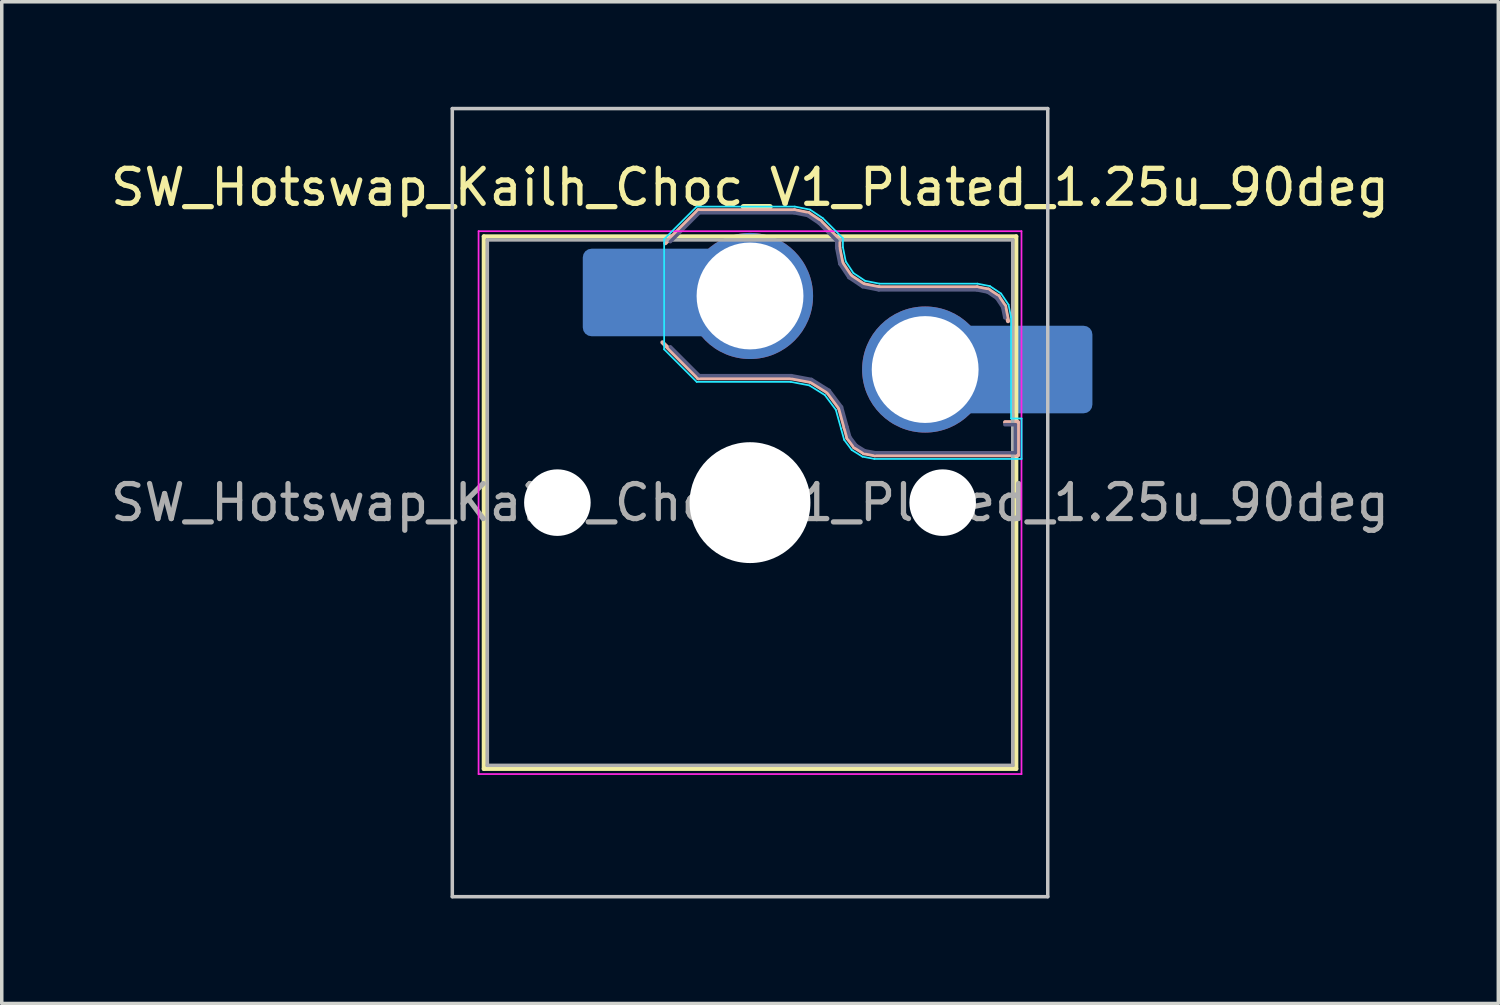
<source format=kicad_pcb>
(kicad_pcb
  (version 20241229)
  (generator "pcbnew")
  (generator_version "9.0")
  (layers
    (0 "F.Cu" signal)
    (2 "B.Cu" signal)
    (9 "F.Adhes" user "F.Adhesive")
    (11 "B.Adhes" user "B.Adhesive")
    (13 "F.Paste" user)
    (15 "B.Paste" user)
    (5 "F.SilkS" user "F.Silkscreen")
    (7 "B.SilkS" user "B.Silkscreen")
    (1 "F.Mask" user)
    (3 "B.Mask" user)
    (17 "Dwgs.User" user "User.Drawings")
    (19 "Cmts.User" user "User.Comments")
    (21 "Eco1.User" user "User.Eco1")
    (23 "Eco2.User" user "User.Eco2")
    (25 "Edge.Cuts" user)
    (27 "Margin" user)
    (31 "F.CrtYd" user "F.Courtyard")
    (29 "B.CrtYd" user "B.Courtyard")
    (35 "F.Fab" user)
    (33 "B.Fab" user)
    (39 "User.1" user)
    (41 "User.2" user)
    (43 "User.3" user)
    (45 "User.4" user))
  (footprint "SW_Hotswap_Kailh_Choc_V1_Plated_1.25u_90deg"
    (layer "F.Cu")
    (at 18.363 11.3)
    (property "Reference" "SW_Hotswap_Kailh_Choc_V1_Plated_1.25u_90deg" (at 0 -9 0) (layer "F.SilkS") (effects (font (size 1 1) (thickness 0.15))))
    (attr smd)
    (fp_line (start -7.6 -7.6) (end -7.6 7.6) (stroke (width 0.12) (type solid)) (layer "F.SilkS"))
    (fp_line (start -7.6 7.6) (end 7.6 7.6) (stroke (width 0.12) (type solid)) (layer "F.SilkS"))
    (fp_line (start 7.6 -7.6) (end -7.6 -7.6) (stroke (width 0.12) (type solid)) (layer "F.SilkS"))
    (fp_line (start 7.6 7.6) (end 7.6 -7.6) (stroke (width 0.12) (type solid)) (layer "F.SilkS"))
    (fp_line (start -2.416 -7.409) (end -1.479 -8.346) (stroke (width 0.12) (type solid)) (layer "B.SilkS"))
    (fp_line (start -1.479 -8.346) (end 1.268 -8.346) (stroke (width 0.12) (type solid)) (layer "B.SilkS"))
    (fp_line (start -1.479 -3.554) (end -2.5 -4.575) (stroke (width 0.12) (type solid)) (layer "B.SilkS"))
    (fp_line (start 1.168 -3.554) (end -1.479 -3.554) (stroke (width 0.12) (type solid)) (layer "B.SilkS"))
    (fp_line (start 1.268 -8.346) (end 1.671 -8.266) (stroke (width 0.12) (type solid)) (layer "B.SilkS"))
    (fp_line (start 1.671 -8.266) (end 2.013 -8.037) (stroke (width 0.12) (type solid)) (layer "B.SilkS"))
    (fp_line (start 1.73 -3.449) (end 1.168 -3.554) (stroke (width 0.12) (type solid)) (layer "B.SilkS"))
    (fp_line (start 2.013 -8.037) (end 2.546 -7.504) (stroke (width 0.12) (type solid)) (layer "B.SilkS"))
    (fp_line (start 2.209 -3.15) (end 1.73 -3.449) (stroke (width 0.12) (type solid)) (layer "B.SilkS"))
    (fp_line (start 2.546 -7.504) (end 2.546 -7.282) (stroke (width 0.12) (type solid)) (layer "B.SilkS"))
    (fp_line (start 2.546 -7.282) (end 2.633 -6.844) (stroke (width 0.12) (type solid)) (layer "B.SilkS"))
    (fp_line (start 2.547 -2.697) (end 2.209 -3.15) (stroke (width 0.12) (type solid)) (layer "B.SilkS"))
    (fp_line (start 2.633 -6.844) (end 2.877 -6.477) (stroke (width 0.12) (type solid)) (layer "B.SilkS"))
    (fp_line (start 2.701 -2.139) (end 2.547 -2.697) (stroke (width 0.12) (type solid)) (layer "B.SilkS"))
    (fp_line (start 2.783 -1.841) (end 2.701 -2.139) (stroke (width 0.12) (type solid)) (layer "B.SilkS"))
    (fp_line (start 2.877 -6.477) (end 3.244 -6.233) (stroke (width 0.12) (type solid)) (layer "B.SilkS"))
    (fp_line (start 2.976 -1.583) (end 2.783 -1.841) (stroke (width 0.12) (type solid)) (layer "B.SilkS"))
    (fp_line (start 3.244 -6.233) (end 3.682 -6.146) (stroke (width 0.12) (type solid)) (layer "B.SilkS"))
    (fp_line (start 3.25 -1.413) (end 2.976 -1.583) (stroke (width 0.12) (type solid)) (layer "B.SilkS"))
    (fp_line (start 3.56 -1.354) (end 3.25 -1.413) (stroke (width 0.12) (type solid)) (layer "B.SilkS"))
    (fp_line (start 3.682 -6.146) (end 6.482 -6.146) (stroke (width 0.12) (type solid)) (layer "B.SilkS"))
    (fp_line (start 6.482 -6.146) (end 6.809 -6.081) (stroke (width 0.12) (type solid)) (layer "B.SilkS"))
    (fp_line (start 6.809 -6.081) (end 7.092 -5.892) (stroke (width 0.12) (type solid)) (layer "B.SilkS"))
    (fp_line (start 7.092 -5.892) (end 7.281 -5.609) (stroke (width 0.12) (type solid)) (layer "B.SilkS"))
    (fp_line (start 7.281 -5.609) (end 7.366 -5.182) (stroke (width 0.12) (type solid)) (layer "B.SilkS"))
    (fp_line (start 7.283 -2.296) (end 7.646 -2.296) (stroke (width 0.12) (type solid)) (layer "B.SilkS"))
    (fp_line (start 7.646 -2.296) (end 7.646 -1.354) (stroke (width 0.12) (type solid)) (layer "B.SilkS"))
    (fp_line (start 7.646 -1.354) (end 3.56 -1.354) (stroke (width 0.12) (type solid)) (layer "B.SilkS"))
    (fp_line (start -8.5 -11.25) (end 8.5 -11.25) (stroke (width 0.1) (type solid)) (layer "Dwgs.User"))
    (fp_line (start -8.5 11.25) (end -8.5 -11.25) (stroke (width 0.1) (type solid)) (layer "Dwgs.User"))
    (fp_line (start 8.5 -11.25) (end 8.5 11.25) (stroke (width 0.1) (type solid)) (layer "Dwgs.User"))
    (fp_line (start 8.5 11.25) (end -8.5 11.25) (stroke (width 0.1) (type solid)) (layer "Dwgs.User"))
    (fp_line (start -7.25 -7.25) (end -7.25 7.25) (stroke (width 0.1) (type solid)) (layer "Eco1.User"))
    (fp_line (start -7.25 7.25) (end 7.25 7.25) (stroke (width 0.1) (type solid)) (layer "Eco1.User"))
    (fp_line (start 7.25 -7.25) (end -7.25 -7.25) (stroke (width 0.1) (type solid)) (layer "Eco1.User"))
    (fp_line (start 7.25 7.25) (end 7.25 -7.25) (stroke (width 0.1) (type solid)) (layer "Eco1.User"))
    (fp_line (start -2.452 -7.523) (end -1.523 -8.452) (stroke (width 0.05) (type solid)) (layer "B.CrtYd"))
    (fp_line (start -2.452 -4.377) (end -2.452 -7.523) (stroke (width 0.05) (type solid)) (layer "B.CrtYd"))
    (fp_line (start -1.523 -8.452) (end 1.278 -8.452) (stroke (width 0.05) (type solid)) (layer "B.CrtYd"))
    (fp_line (start -1.523 -3.448) (end -2.452 -4.377) (stroke (width 0.05) (type solid)) (layer "B.CrtYd"))
    (fp_line (start 1.159 -3.448) (end -1.523 -3.448) (stroke (width 0.05) (type solid)) (layer "B.CrtYd"))
    (fp_line (start 1.278 -8.452) (end 1.712 -8.366) (stroke (width 0.05) (type solid)) (layer "B.CrtYd"))
    (fp_line (start 1.691 -3.348) (end 1.159 -3.448) (stroke (width 0.05) (type solid)) (layer "B.CrtYd"))
    (fp_line (start 1.712 -8.366) (end 2.081 -8.119) (stroke (width 0.05) (type solid)) (layer "B.CrtYd"))
    (fp_line (start 2.081 -8.119) (end 2.652 -7.548) (stroke (width 0.05) (type solid)) (layer "B.CrtYd"))
    (fp_line (start 2.136 -3.071) (end 1.691 -3.348) (stroke (width 0.05) (type solid)) (layer "B.CrtYd"))
    (fp_line (start 2.45 -2.65) (end 2.136 -3.071) (stroke (width 0.05) (type solid)) (layer "B.CrtYd"))
    (fp_line (start 2.599 -2.111) (end 2.45 -2.65) (stroke (width 0.05) (type solid)) (layer "B.CrtYd"))
    (fp_line (start 2.652 -7.548) (end 2.652 -7.292) (stroke (width 0.05) (type solid)) (layer "B.CrtYd"))
    (fp_line (start 2.652 -7.292) (end 2.733 -6.885) (stroke (width 0.05) (type solid)) (layer "B.CrtYd"))
    (fp_line (start 2.687 -1.794) (end 2.599 -2.111) (stroke (width 0.05) (type solid)) (layer "B.CrtYd"))
    (fp_line (start 2.733 -6.885) (end 2.953 -6.553) (stroke (width 0.05) (type solid)) (layer "B.CrtYd"))
    (fp_line (start 2.903 -1.503) (end 2.687 -1.794) (stroke (width 0.05) (type solid)) (layer "B.CrtYd"))
    (fp_line (start 2.953 -6.553) (end 3.285 -6.333) (stroke (width 0.05) (type solid)) (layer "B.CrtYd"))
    (fp_line (start 3.211 -1.312) (end 2.903 -1.503) (stroke (width 0.05) (type solid)) (layer "B.CrtYd"))
    (fp_line (start 3.285 -6.333) (end 3.692 -6.252) (stroke (width 0.05) (type solid)) (layer "B.CrtYd"))
    (fp_line (start 3.55 -1.248) (end 3.211 -1.312) (stroke (width 0.05) (type solid)) (layer "B.CrtYd"))
    (fp_line (start 3.692 -6.252) (end 6.492 -6.252) (stroke (width 0.05) (type solid)) (layer "B.CrtYd"))
    (fp_line (start 6.492 -6.252) (end 6.85 -6.181) (stroke (width 0.05) (type solid)) (layer "B.CrtYd"))
    (fp_line (start 6.85 -6.181) (end 7.168 -5.968) (stroke (width 0.05) (type solid)) (layer "B.CrtYd"))
    (fp_line (start 7.168 -5.968) (end 7.381 -5.65) (stroke (width 0.05) (type solid)) (layer "B.CrtYd"))
    (fp_line (start 7.381 -5.65) (end 7.452 -5.292) (stroke (width 0.05) (type solid)) (layer "B.CrtYd"))
    (fp_line (start 7.452 -5.292) (end 7.452 -2.402) (stroke (width 0.05) (type solid)) (layer "B.CrtYd"))
    (fp_line (start 7.452 -2.402) (end 7.752 -2.402) (stroke (width 0.05) (type solid)) (layer "B.CrtYd"))
    (fp_line (start 7.752 -2.402) (end 7.752 -1.248) (stroke (width 0.05) (type solid)) (layer "B.CrtYd"))
    (fp_line (start 7.752 -1.248) (end 3.55 -1.248) (stroke (width 0.05) (type solid)) (layer "B.CrtYd"))
    (fp_line (start -7.75 -7.75) (end -7.75 7.75) (stroke (width 0.05) (type solid)) (layer "F.CrtYd"))
    (fp_line (start -7.75 7.75) (end 7.75 7.75) (stroke (width 0.05) (type solid)) (layer "F.CrtYd"))
    (fp_line (start 7.75 -7.75) (end -7.75 -7.75) (stroke (width 0.05) (type solid)) (layer "F.CrtYd"))
    (fp_line (start 7.75 7.75) (end 7.75 -7.75) (stroke (width 0.05) (type solid)) (layer "F.CrtYd"))
    (fp_line (start -2.275 -7.45) (end -1.45 -8.275) (stroke (width 0.1) (type solid)) (layer "B.Fab"))
    (fp_line (start -1.45 -8.275) (end 1.261 -8.275) (stroke (width 0.1) (type solid)) (layer "B.Fab"))
    (fp_line (start -1.45 -3.625) (end -2.275 -4.45) (stroke (width 0.1) (type solid)) (layer "B.Fab"))
    (fp_line (start 1.175 -3.625) (end -1.45 -3.625) (stroke (width 0.1) (type solid)) (layer "B.Fab"))
    (fp_line (start 1.261 -8.275) (end 1.643 -8.199) (stroke (width 0.1) (type solid)) (layer "B.Fab"))
    (fp_line (start 1.643 -8.199) (end 1.968 -7.982) (stroke (width 0.1) (type solid)) (layer "B.Fab"))
    (fp_line (start 1.756 -3.516) (end 1.175 -3.625) (stroke (width 0.1) (type solid)) (layer "B.Fab"))
    (fp_line (start 1.968 -7.982) (end 2.475 -7.475) (stroke (width 0.1) (type solid)) (layer "B.Fab"))
    (fp_line (start 2.258 -3.203) (end 1.756 -3.516) (stroke (width 0.1) (type solid)) (layer "B.Fab"))
    (fp_line (start 2.475 -7.475) (end 2.475 -7.275) (stroke (width 0.1) (type solid)) (layer "B.Fab"))
    (fp_line (start 2.475 -7.275) (end 2.566 -6.816) (stroke (width 0.1) (type solid)) (layer "B.Fab"))
    (fp_line (start 2.566 -6.816) (end 2.826 -6.426) (stroke (width 0.1) (type solid)) (layer "B.Fab"))
    (fp_line (start 2.612 -2.729) (end 2.258 -3.203) (stroke (width 0.1) (type solid)) (layer "B.Fab"))
    (fp_line (start 2.769 -2.158) (end 2.612 -2.729) (stroke (width 0.1) (type solid)) (layer "B.Fab"))
    (fp_line (start 2.826 -6.426) (end 3.216 -6.166) (stroke (width 0.1) (type solid)) (layer "B.Fab"))
    (fp_line (start 2.848 -1.873) (end 2.769 -2.158) (stroke (width 0.1) (type solid)) (layer "B.Fab"))
    (fp_line (start 3.025 -1.636) (end 2.848 -1.873) (stroke (width 0.1) (type solid)) (layer "B.Fab"))
    (fp_line (start 3.216 -6.166) (end 3.675 -6.075) (stroke (width 0.1) (type solid)) (layer "B.Fab"))
    (fp_line (start 3.276 -1.48) (end 3.025 -1.636) (stroke (width 0.1) (type solid)) (layer "B.Fab"))
    (fp_line (start 3.567 -1.425) (end 3.276 -1.48) (stroke (width 0.1) (type solid)) (layer "B.Fab"))
    (fp_line (start 3.675 -6.075) (end 6.475 -6.075) (stroke (width 0.1) (type solid)) (layer "B.Fab"))
    (fp_line (start 6.475 -6.075) (end 6.781 -6.014) (stroke (width 0.1) (type solid)) (layer "B.Fab"))
    (fp_line (start 6.781 -6.014) (end 7.041 -5.841) (stroke (width 0.1) (type solid)) (layer "B.Fab"))
    (fp_line (start 7.041 -5.841) (end 7.214 -5.581) (stroke (width 0.1) (type solid)) (layer "B.Fab"))
    (fp_line (start 7.214 -5.581) (end 7.275 -5.275) (stroke (width 0.1) (type solid)) (layer "B.Fab"))
    (fp_line (start 7.275 -2.225) (end 7.575 -2.225) (stroke (width 0.1) (type solid)) (layer "B.Fab"))
    (fp_line (start 7.575 -2.225) (end 7.575 -1.425) (stroke (width 0.1) (type solid)) (layer "B.Fab"))
    (fp_line (start 7.575 -1.425) (end 3.567 -1.425) (stroke (width 0.1) (type solid)) (layer "B.Fab"))
    (fp_line (start -7.5 -7.5) (end -7.5 7.5) (stroke (width 0.1) (type solid)) (layer "F.Fab"))
    (fp_line (start -7.5 7.5) (end 7.5 7.5) (stroke (width 0.1) (type solid)) (layer "F.Fab"))
    (fp_line (start 7.5 -7.5) (end -7.5 -7.5) (stroke (width 0.1) (type solid)) (layer "F.Fab"))
    (fp_line (start 7.5 7.5) (end 7.5 -7.5) (stroke (width 0.1) (type solid)) (layer "F.Fab"))
    (fp_text user "${REFERENCE}" (at 0 0 0) (layer "F.Fab") (effects (font (size 1 1) (thickness 0.15))))
    (pad "" np_thru_hole circle (at -5.5 0) (size 1.9 1.9) (drill 1.9) (layers "*.Cu" "*.Mask"))
    (pad "" smd roundrect (at -3.5 -6) (size 2.55 2.5) (layers "B.Mask" "B.Paste") (roundrect_rratio 0.1))
    (pad "" np_thru_hole circle (at 0 0) (size 3.45 3.45) (drill 3.45) (layers "*.Cu" "*.Mask"))
    (pad "" np_thru_hole circle (at 5.5 0) (size 1.9 1.9) (drill 1.9) (layers "*.Cu" "*.Mask"))
    (pad "" smd roundrect (at 8.5 -3.8) (size 2.55 2.5) (layers "B.Mask" "B.Paste") (roundrect_rratio 0.1))
    (pad "1" smd roundrect (at -2.85 -6) (size 3.85 2.5) (layers "B.Cu") (roundrect_rratio 0.1))
    (pad "1" thru_hole circle (at 0 -5.9) (size 3.6 3.6) (drill 3.05) (layers "*.Cu" "*.Mask"))
    (pad "2" thru_hole circle (at 5 -3.8) (size 3.6 3.6) (drill 3.05) (layers "*.Cu" "*.Mask"))
    (pad "2" smd roundrect (at 7.85 -3.8) (size 3.85 2.5) (layers "B.Cu") (roundrect_rratio 0.1)))
  (gr_rect
    (start -3 -3)
    (end 39.726 25.6)
    (stroke (width 0.1) (type default))
    (fill no)
    (layer "Edge.Cuts")))
</source>
